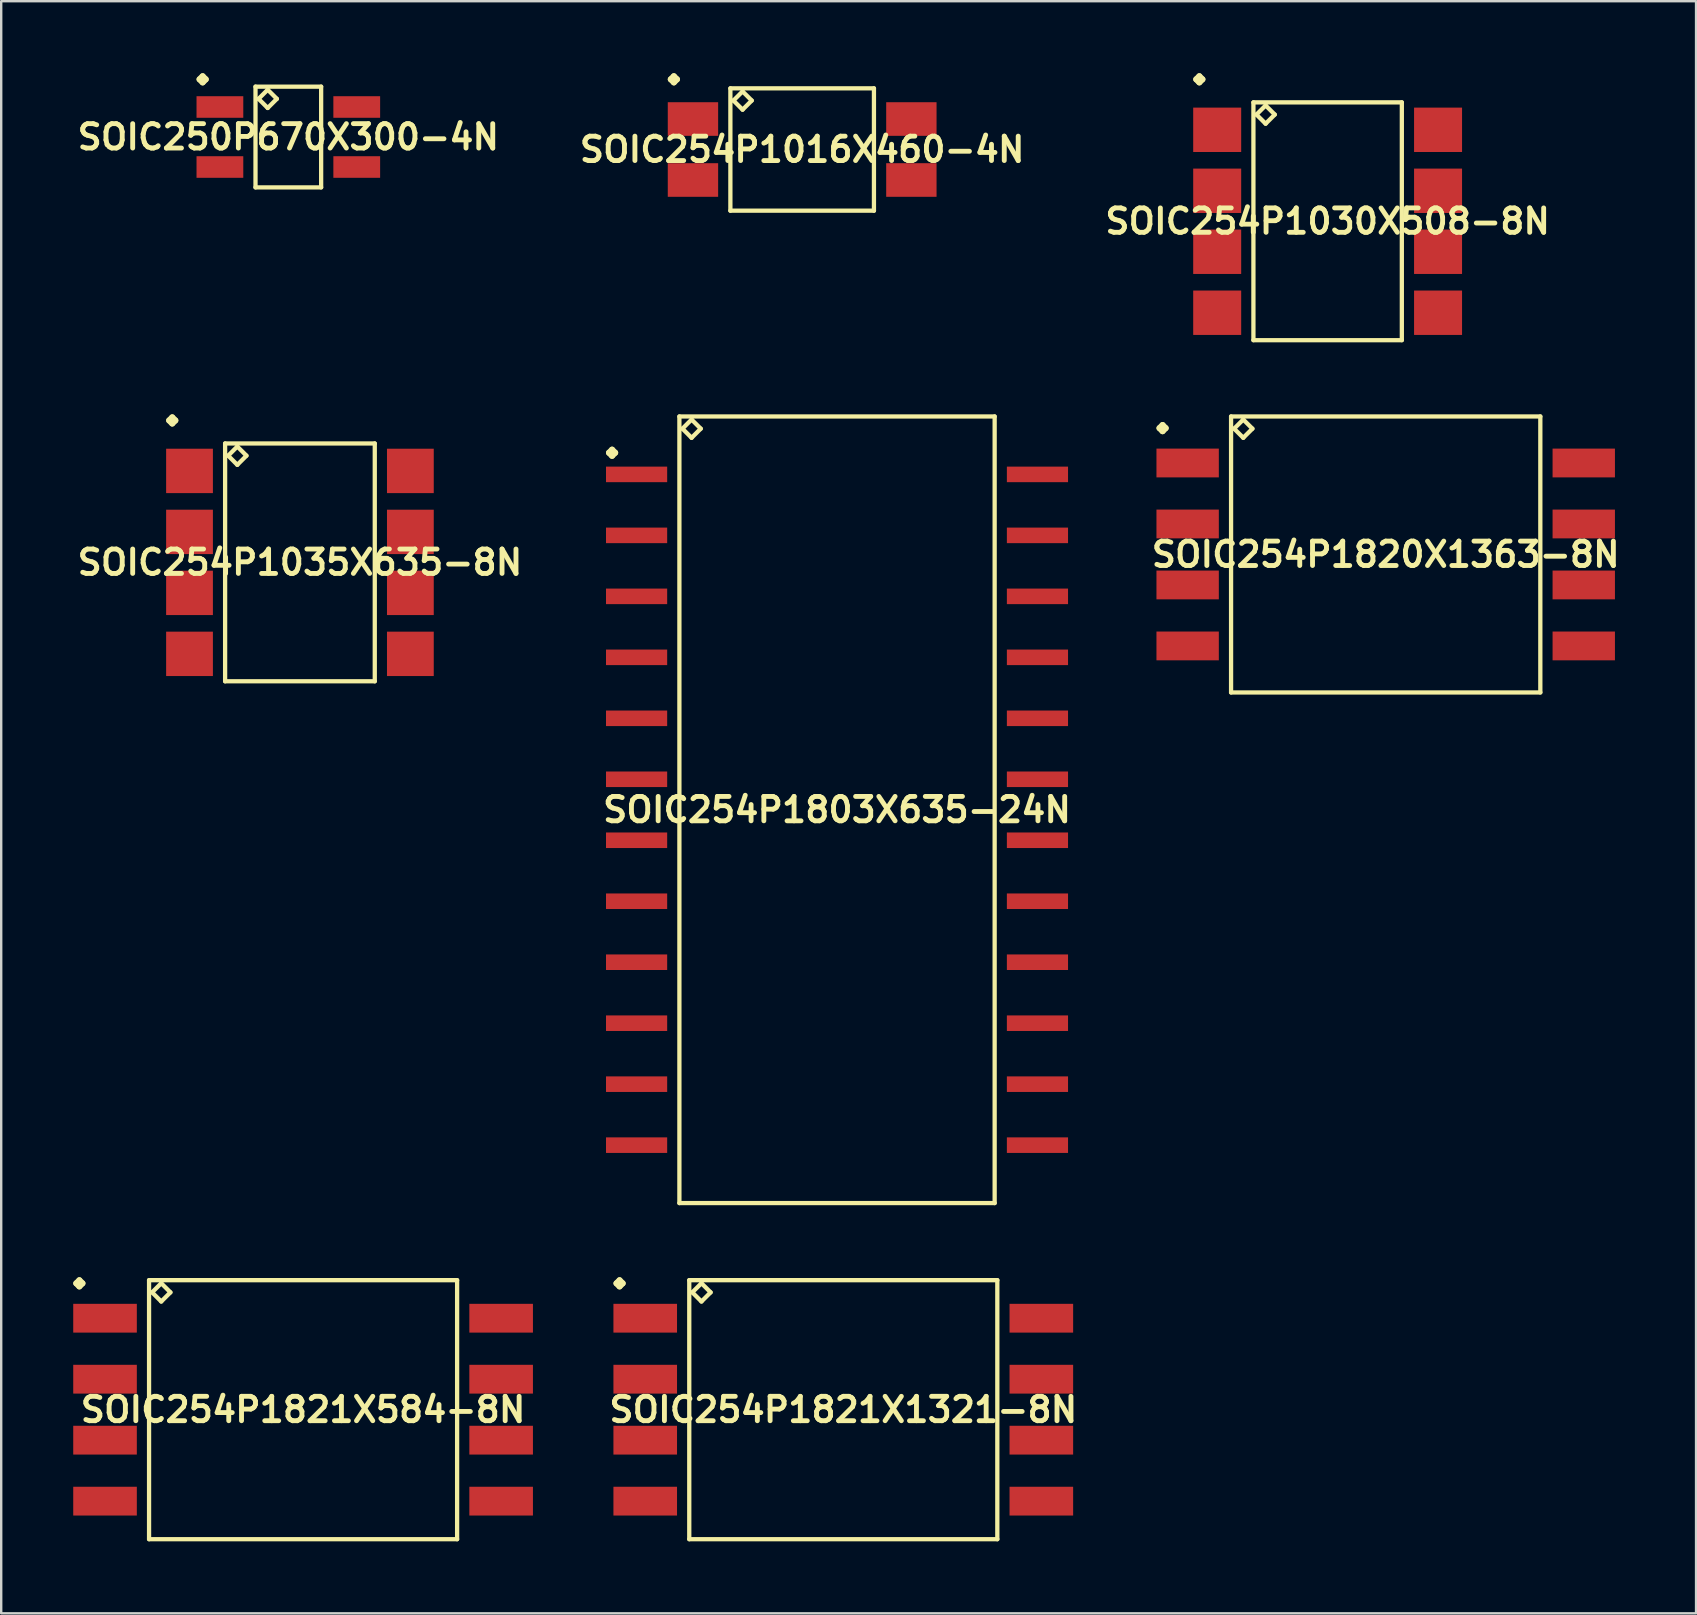
<source format=kicad_pcb>
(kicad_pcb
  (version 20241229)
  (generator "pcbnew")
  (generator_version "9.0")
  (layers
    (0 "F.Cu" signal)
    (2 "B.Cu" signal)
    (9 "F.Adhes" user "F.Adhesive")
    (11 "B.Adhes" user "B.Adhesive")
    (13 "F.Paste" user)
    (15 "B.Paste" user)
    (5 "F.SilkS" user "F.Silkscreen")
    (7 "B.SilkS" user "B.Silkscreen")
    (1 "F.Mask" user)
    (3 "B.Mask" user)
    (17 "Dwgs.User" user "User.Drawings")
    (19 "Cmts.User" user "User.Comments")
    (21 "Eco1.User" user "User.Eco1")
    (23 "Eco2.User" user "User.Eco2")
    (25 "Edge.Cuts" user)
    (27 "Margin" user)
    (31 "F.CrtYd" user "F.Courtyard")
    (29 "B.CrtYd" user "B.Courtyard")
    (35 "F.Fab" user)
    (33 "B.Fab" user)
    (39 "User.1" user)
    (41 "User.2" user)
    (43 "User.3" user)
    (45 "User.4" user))
  (footprint "SOIC254P1030X508-8N"
    (layer "F.Cu")
    (at 52.252 6.167)
    (property "Reference" "SOIC254P1030X508-8N" (at 0 0 0) (layer "F.SilkS") (effects (font (size 1.016 1.016) (thickness 0.203))))
    (attr smd)
    (fp_line (start -5.471 -5.913) (end -5.344 -6.04) (stroke (width 0.254) (type solid)) (layer "F.SilkS"))
    (fp_line (start -5.344 -6.04) (end -5.217 -5.913) (stroke (width 0.254) (type solid)) (layer "F.SilkS"))
    (fp_line (start -5.344 -5.786) (end -5.471 -5.913) (stroke (width 0.254) (type solid)) (layer "F.SilkS"))
    (fp_line (start -5.217 -5.913) (end -5.344 -5.786) (stroke (width 0.254) (type solid)) (layer "F.SilkS"))
    (fp_line (start -3.091 -4.953) (end -3.091 4.953) (stroke (width 0.178) (type solid)) (layer "F.SilkS"))
    (fp_line (start -3.091 4.953) (end 3.091 4.953) (stroke (width 0.178) (type solid)) (layer "F.SilkS"))
    (fp_line (start -2.964 -4.445) (end -2.583 -4.826) (stroke (width 0.178) (type solid)) (layer "F.SilkS"))
    (fp_line (start -2.583 -4.826) (end -2.202 -4.445) (stroke (width 0.178) (type solid)) (layer "F.SilkS"))
    (fp_line (start -2.583 -4.064) (end -2.964 -4.445) (stroke (width 0.178) (type solid)) (layer "F.SilkS"))
    (fp_line (start -2.202 -4.445) (end -2.583 -4.064) (stroke (width 0.178) (type solid)) (layer "F.SilkS"))
    (fp_line (start 3.091 -4.953) (end -3.091 -4.953) (stroke (width 0.178) (type solid)) (layer "F.SilkS"))
    (fp_line (start 3.091 4.953) (end 3.091 -4.953) (stroke (width 0.178) (type solid)) (layer "F.SilkS"))
    (pad "1" smd rect (at -4.6 -3.81) (size 1.999 1.849) (layers "F.Cu" "F.Mask" "F.Paste"))
    (pad "2" smd rect (at -4.6 -1.27) (size 1.999 1.849) (layers "F.Cu" "F.Mask" "F.Paste"))
    (pad "3" smd rect (at -4.6 1.27) (size 1.999 1.849) (layers "F.Cu" "F.Mask" "F.Paste"))
    (pad "4" smd rect (at -4.6 3.81) (size 1.999 1.849) (layers "F.Cu" "F.Mask" "F.Paste"))
    (pad "5" smd rect (at 4.6 3.81) (size 1.999 1.849) (layers "F.Cu" "F.Mask" "F.Paste"))
    (pad "6" smd rect (at 4.6 1.27) (size 1.999 1.849) (layers "F.Cu" "F.Mask" "F.Paste"))
    (pad "7" smd rect (at 4.6 -1.27) (size 1.999 1.849) (layers "F.Cu" "F.Mask" "F.Paste"))
    (pad "8" smd rect (at 4.6 -3.81) (size 1.999 1.849) (layers "F.Cu" "F.Mask" "F.Paste")))
  (footprint "SOIC254P1821X1321-8N"
    (layer "F.Cu")
    (at 32.077 55.67)
    (property "Reference" "SOIC254P1821X1321-8N" (at 0 0 0) (layer "F.SilkS") (effects (font (size 1.016 1.016) (thickness 0.203))))
    (attr smd)
    (fp_line (start -9.446 -5.263) (end -9.319 -5.39) (stroke (width 0.254) (type solid)) (layer "F.SilkS"))
    (fp_line (start -9.319 -5.39) (end -9.192 -5.263) (stroke (width 0.254) (type solid)) (layer "F.SilkS"))
    (fp_line (start -9.319 -5.136) (end -9.446 -5.263) (stroke (width 0.254) (type solid)) (layer "F.SilkS"))
    (fp_line (start -9.192 -5.263) (end -9.319 -5.136) (stroke (width 0.254) (type solid)) (layer "F.SilkS"))
    (fp_line (start -6.416 -5.395) (end -6.416 5.395) (stroke (width 0.178) (type solid)) (layer "F.SilkS"))
    (fp_line (start -6.416 5.395) (end 6.416 5.395) (stroke (width 0.178) (type solid)) (layer "F.SilkS"))
    (fp_line (start -6.289 -4.887) (end -5.908 -5.268) (stroke (width 0.178) (type solid)) (layer "F.SilkS"))
    (fp_line (start -5.908 -5.268) (end -5.527 -4.887) (stroke (width 0.178) (type solid)) (layer "F.SilkS"))
    (fp_line (start -5.908 -4.506) (end -6.289 -4.887) (stroke (width 0.178) (type solid)) (layer "F.SilkS"))
    (fp_line (start -5.527 -4.887) (end -5.908 -4.506) (stroke (width 0.178) (type solid)) (layer "F.SilkS"))
    (fp_line (start 6.416 -5.395) (end -6.416 -5.395) (stroke (width 0.178) (type solid)) (layer "F.SilkS"))
    (fp_line (start 6.416 5.395) (end 6.416 -5.395) (stroke (width 0.178) (type solid)) (layer "F.SilkS"))
    (pad "1" smd rect (at -8.25 -3.81) (size 2.649 1.199) (layers "F.Cu" "F.Mask" "F.Paste"))
    (pad "2" smd rect (at -8.25 -1.27) (size 2.649 1.199) (layers "F.Cu" "F.Mask" "F.Paste"))
    (pad "3" smd rect (at -8.25 1.27) (size 2.649 1.199) (layers "F.Cu" "F.Mask" "F.Paste"))
    (pad "4" smd rect (at -8.25 3.81) (size 2.649 1.199) (layers "F.Cu" "F.Mask" "F.Paste"))
    (pad "5" smd rect (at 8.25 3.81) (size 2.649 1.199) (layers "F.Cu" "F.Mask" "F.Paste"))
    (pad "6" smd rect (at 8.25 1.27) (size 2.649 1.199) (layers "F.Cu" "F.Mask" "F.Paste"))
    (pad "7" smd rect (at 8.25 -1.27) (size 2.649 1.199) (layers "F.Cu" "F.Mask" "F.Paste"))
    (pad "8" smd rect (at 8.25 -3.81) (size 2.649 1.199) (layers "F.Cu" "F.Mask" "F.Paste")))
  (footprint "SOIC254P1035X635-8N"
    (layer "F.Cu")
    (at 9.444 20.376)
    (property "Reference" "SOIC254P1035X635-8N" (at 0 0 0) (layer "F.SilkS") (effects (font (size 1.016 1.016) (thickness 0.203))))
    (attr smd)
    (fp_line (start -5.446 -5.913) (end -5.319 -6.04) (stroke (width 0.254) (type solid)) (layer "F.SilkS"))
    (fp_line (start -5.319 -6.04) (end -5.192 -5.913) (stroke (width 0.254) (type solid)) (layer "F.SilkS"))
    (fp_line (start -5.319 -5.786) (end -5.446 -5.913) (stroke (width 0.254) (type solid)) (layer "F.SilkS"))
    (fp_line (start -5.192 -5.913) (end -5.319 -5.786) (stroke (width 0.254) (type solid)) (layer "F.SilkS"))
    (fp_line (start -3.117 -4.953) (end -3.117 4.953) (stroke (width 0.178) (type solid)) (layer "F.SilkS"))
    (fp_line (start -3.117 4.953) (end 3.117 4.953) (stroke (width 0.178) (type solid)) (layer "F.SilkS"))
    (fp_line (start -2.99 -4.445) (end -2.609 -4.826) (stroke (width 0.178) (type solid)) (layer "F.SilkS"))
    (fp_line (start -2.609 -4.826) (end -2.228 -4.445) (stroke (width 0.178) (type solid)) (layer "F.SilkS"))
    (fp_line (start -2.609 -4.064) (end -2.99 -4.445) (stroke (width 0.178) (type solid)) (layer "F.SilkS"))
    (fp_line (start -2.228 -4.445) (end -2.609 -4.064) (stroke (width 0.178) (type solid)) (layer "F.SilkS"))
    (fp_line (start 3.117 -4.953) (end -3.117 -4.953) (stroke (width 0.178) (type solid)) (layer "F.SilkS"))
    (fp_line (start 3.117 4.953) (end 3.117 -4.953) (stroke (width 0.178) (type solid)) (layer "F.SilkS"))
    (pad "1" smd rect (at -4.6 -3.81) (size 1.948 1.849) (layers "F.Cu" "F.Mask" "F.Paste"))
    (pad "2" smd rect (at -4.6 -1.27) (size 1.948 1.849) (layers "F.Cu" "F.Mask" "F.Paste"))
    (pad "3" smd rect (at -4.6 1.27) (size 1.948 1.849) (layers "F.Cu" "F.Mask" "F.Paste"))
    (pad "4" smd rect (at -4.6 3.81) (size 1.948 1.849) (layers "F.Cu" "F.Mask" "F.Paste"))
    (pad "5" smd rect (at 4.6 3.81) (size 1.948 1.849) (layers "F.Cu" "F.Mask" "F.Paste"))
    (pad "6" smd rect (at 4.6 1.27) (size 1.948 1.849) (layers "F.Cu" "F.Mask" "F.Paste"))
    (pad "7" smd rect (at 4.6 -1.27) (size 1.948 1.849) (layers "F.Cu" "F.Mask" "F.Paste"))
    (pad "8" smd rect (at 4.6 -3.81) (size 1.948 1.849) (layers "F.Cu" "F.Mask" "F.Paste")))
  (footprint "SOIC254P1821X584-8N"
    (layer "F.Cu")
    (at 9.575 55.67)
    (property "Reference" "SOIC254P1821X584-8N" (at 0 0 0) (layer "F.SilkS") (effects (font (size 1.016 1.016) (thickness 0.203))))
    (attr smd)
    (fp_line (start -9.446 -5.263) (end -9.319 -5.39) (stroke (width 0.254) (type solid)) (layer "F.SilkS"))
    (fp_line (start -9.319 -5.39) (end -9.192 -5.263) (stroke (width 0.254) (type solid)) (layer "F.SilkS"))
    (fp_line (start -9.319 -5.136) (end -9.446 -5.263) (stroke (width 0.254) (type solid)) (layer "F.SilkS"))
    (fp_line (start -9.192 -5.263) (end -9.319 -5.136) (stroke (width 0.254) (type solid)) (layer "F.SilkS"))
    (fp_line (start -6.416 -5.395) (end -6.416 5.395) (stroke (width 0.178) (type solid)) (layer "F.SilkS"))
    (fp_line (start -6.416 5.395) (end 6.416 5.395) (stroke (width 0.178) (type solid)) (layer "F.SilkS"))
    (fp_line (start -6.289 -4.887) (end -5.908 -5.268) (stroke (width 0.178) (type solid)) (layer "F.SilkS"))
    (fp_line (start -5.908 -5.268) (end -5.527 -4.887) (stroke (width 0.178) (type solid)) (layer "F.SilkS"))
    (fp_line (start -5.908 -4.506) (end -6.289 -4.887) (stroke (width 0.178) (type solid)) (layer "F.SilkS"))
    (fp_line (start -5.527 -4.887) (end -5.908 -4.506) (stroke (width 0.178) (type solid)) (layer "F.SilkS"))
    (fp_line (start 6.416 -5.395) (end -6.416 -5.395) (stroke (width 0.178) (type solid)) (layer "F.SilkS"))
    (fp_line (start 6.416 5.395) (end 6.416 -5.395) (stroke (width 0.178) (type solid)) (layer "F.SilkS"))
    (pad "1" smd rect (at -8.25 -3.81) (size 2.649 1.199) (layers "F.Cu" "F.Mask" "F.Paste"))
    (pad "2" smd rect (at -8.25 -1.27) (size 2.649 1.199) (layers "F.Cu" "F.Mask" "F.Paste"))
    (pad "3" smd rect (at -8.25 1.27) (size 2.649 1.199) (layers "F.Cu" "F.Mask" "F.Paste"))
    (pad "4" smd rect (at -8.25 3.81) (size 2.649 1.199) (layers "F.Cu" "F.Mask" "F.Paste"))
    (pad "5" smd rect (at 8.25 3.81) (size 2.649 1.199) (layers "F.Cu" "F.Mask" "F.Paste"))
    (pad "6" smd rect (at 8.25 1.27) (size 2.649 1.199) (layers "F.Cu" "F.Mask" "F.Paste"))
    (pad "7" smd rect (at 8.25 -1.27) (size 2.649 1.199) (layers "F.Cu" "F.Mask" "F.Paste"))
    (pad "8" smd rect (at 8.25 -3.81) (size 2.649 1.199) (layers "F.Cu" "F.Mask" "F.Paste")))
  (footprint "SOIC254P1016X460-4N"
    (layer "F.Cu")
    (at 30.364 3.178)
    (property "Reference" "SOIC254P1016X460-4N" (at 0 0 0) (layer "F.SilkS") (effects (font (size 1.016 1.016) (thickness 0.203))))
    (attr smd)
    (fp_line (start -5.471 -2.924) (end -5.344 -3.051) (stroke (width 0.254) (type solid)) (layer "F.SilkS"))
    (fp_line (start -5.344 -3.051) (end -5.217 -2.924) (stroke (width 0.254) (type solid)) (layer "F.SilkS"))
    (fp_line (start -5.344 -2.797) (end -5.471 -2.924) (stroke (width 0.254) (type solid)) (layer "F.SilkS"))
    (fp_line (start -5.217 -2.924) (end -5.344 -2.797) (stroke (width 0.254) (type solid)) (layer "F.SilkS"))
    (fp_line (start -2.99 -2.548) (end -2.99 2.548) (stroke (width 0.178) (type solid)) (layer "F.SilkS"))
    (fp_line (start -2.99 2.548) (end 2.99 2.548) (stroke (width 0.178) (type solid)) (layer "F.SilkS"))
    (fp_line (start -2.863 -2.04) (end -2.482 -2.421) (stroke (width 0.178) (type solid)) (layer "F.SilkS"))
    (fp_line (start -2.482 -2.421) (end -2.101 -2.04) (stroke (width 0.178) (type solid)) (layer "F.SilkS"))
    (fp_line (start -2.482 -1.659) (end -2.863 -2.04) (stroke (width 0.178) (type solid)) (layer "F.SilkS"))
    (fp_line (start -2.101 -2.04) (end -2.482 -1.659) (stroke (width 0.178) (type solid)) (layer "F.SilkS"))
    (fp_line (start 2.99 -2.548) (end -2.99 -2.548) (stroke (width 0.178) (type solid)) (layer "F.SilkS"))
    (fp_line (start 2.99 2.548) (end 2.99 -2.548) (stroke (width 0.178) (type solid)) (layer "F.SilkS"))
    (pad "1" smd rect (at -4.549 -1.27) (size 2.098 1.4) (layers "F.Cu" "F.Mask" "F.Paste"))
    (pad "2" smd rect (at -4.549 1.27) (size 2.098 1.4) (layers "F.Cu" "F.Mask" "F.Paste"))
    (pad "3" smd rect (at 4.549 1.27) (size 2.098 1.4) (layers "F.Cu" "F.Mask" "F.Paste"))
    (pad "4" smd rect (at 4.549 -1.27) (size 2.098 1.4) (layers "F.Cu" "F.Mask" "F.Paste")))
  (footprint "SOIC254P1803X635-24N"
    (layer "F.Cu")
    (at 31.816 30.681)
    (property "Reference" "SOIC254P1803X635-24N" (at 0 0 0) (layer "F.SilkS") (effects (font (size 1.016 1.016) (thickness 0.203))))
    (attr smd)
    (fp_line (start -9.497 -14.872) (end -9.37 -14.999) (stroke (width 0.254) (type solid)) (layer "F.SilkS"))
    (fp_line (start -9.37 -14.999) (end -9.243 -14.872) (stroke (width 0.254) (type solid)) (layer "F.SilkS"))
    (fp_line (start -9.37 -14.745) (end -9.497 -14.872) (stroke (width 0.254) (type solid)) (layer "F.SilkS"))
    (fp_line (start -9.243 -14.872) (end -9.37 -14.745) (stroke (width 0.254) (type solid)) (layer "F.SilkS"))
    (fp_line (start -6.566 -16.383) (end -6.566 16.383) (stroke (width 0.178) (type solid)) (layer "F.SilkS"))
    (fp_line (start -6.566 16.383) (end 6.566 16.383) (stroke (width 0.178) (type solid)) (layer "F.SilkS"))
    (fp_line (start -6.439 -15.875) (end -6.058 -16.256) (stroke (width 0.178) (type solid)) (layer "F.SilkS"))
    (fp_line (start -6.058 -16.256) (end -5.677 -15.875) (stroke (width 0.178) (type solid)) (layer "F.SilkS"))
    (fp_line (start -6.058 -15.494) (end -6.439 -15.875) (stroke (width 0.178) (type solid)) (layer "F.SilkS"))
    (fp_line (start -5.677 -15.875) (end -6.058 -15.494) (stroke (width 0.178) (type solid)) (layer "F.SilkS"))
    (fp_line (start 6.566 -16.383) (end -6.566 -16.383) (stroke (width 0.178) (type solid)) (layer "F.SilkS"))
    (fp_line (start 6.566 16.383) (end 6.566 -16.383) (stroke (width 0.178) (type solid)) (layer "F.SilkS"))
    (pad "1" smd rect (at -8.349 -13.97) (size 2.548 0.648) (layers "F.Cu" "F.Mask" "F.Paste"))
    (pad "2" smd rect (at -8.349 -11.43) (size 2.548 0.648) (layers "F.Cu" "F.Mask" "F.Paste"))
    (pad "3" smd rect (at -8.349 -8.89) (size 2.548 0.648) (layers "F.Cu" "F.Mask" "F.Paste"))
    (pad "4" smd rect (at -8.349 -6.35) (size 2.548 0.648) (layers "F.Cu" "F.Mask" "F.Paste"))
    (pad "5" smd rect (at -8.349 -3.81) (size 2.548 0.648) (layers "F.Cu" "F.Mask" "F.Paste"))
    (pad "6" smd rect (at -8.349 -1.27) (size 2.548 0.648) (layers "F.Cu" "F.Mask" "F.Paste"))
    (pad "7" smd rect (at -8.349 1.27) (size 2.548 0.648) (layers "F.Cu" "F.Mask" "F.Paste"))
    (pad "8" smd rect (at -8.349 3.81) (size 2.548 0.648) (layers "F.Cu" "F.Mask" "F.Paste"))
    (pad "9" smd rect (at -8.349 6.35) (size 2.548 0.648) (layers "F.Cu" "F.Mask" "F.Paste"))
    (pad "10" smd rect (at -8.349 8.89) (size 2.548 0.648) (layers "F.Cu" "F.Mask" "F.Paste"))
    (pad "11" smd rect (at -8.349 11.43) (size 2.548 0.648) (layers "F.Cu" "F.Mask" "F.Paste"))
    (pad "12" smd rect (at -8.349 13.97) (size 2.548 0.648) (layers "F.Cu" "F.Mask" "F.Paste"))
    (pad "13" smd rect (at 8.349 13.97) (size 2.548 0.648) (layers "F.Cu" "F.Mask" "F.Paste"))
    (pad "14" smd rect (at 8.349 11.43) (size 2.548 0.648) (layers "F.Cu" "F.Mask" "F.Paste"))
    (pad "15" smd rect (at 8.349 8.89) (size 2.548 0.648) (layers "F.Cu" "F.Mask" "F.Paste"))
    (pad "16" smd rect (at 8.349 6.35) (size 2.548 0.648) (layers "F.Cu" "F.Mask" "F.Paste"))
    (pad "17" smd rect (at 8.349 3.81) (size 2.548 0.648) (layers "F.Cu" "F.Mask" "F.Paste"))
    (pad "18" smd rect (at 8.349 1.27) (size 2.548 0.648) (layers "F.Cu" "F.Mask" "F.Paste"))
    (pad "19" smd rect (at 8.349 -1.27) (size 2.548 0.648) (layers "F.Cu" "F.Mask" "F.Paste"))
    (pad "20" smd rect (at 8.349 -3.81) (size 2.548 0.648) (layers "F.Cu" "F.Mask" "F.Paste"))
    (pad "21" smd rect (at 8.349 -6.35) (size 2.548 0.648) (layers "F.Cu" "F.Mask" "F.Paste"))
    (pad "22" smd rect (at 8.349 -8.89) (size 2.548 0.648) (layers "F.Cu" "F.Mask" "F.Paste"))
    (pad "23" smd rect (at 8.349 -11.43) (size 2.548 0.648) (layers "F.Cu" "F.Mask" "F.Paste"))
    (pad "24" smd rect (at 8.349 -13.97) (size 2.548 0.648) (layers "F.Cu" "F.Mask" "F.Paste")))
  (footprint "SOIC250P670X300-4N"
    (layer "F.Cu")
    (at 8.96 2.657)
    (property "Reference" "SOIC250P670X300-4N" (at 0 0 0) (layer "F.SilkS") (effects (font (size 1.016 1.016) (thickness 0.203))))
    (attr smd)
    (fp_line (start -3.696 -2.403) (end -3.569 -2.53) (stroke (width 0.254) (type solid)) (layer "F.SilkS"))
    (fp_line (start -3.569 -2.53) (end -3.442 -2.403) (stroke (width 0.254) (type solid)) (layer "F.SilkS"))
    (fp_line (start -3.569 -2.276) (end -3.696 -2.403) (stroke (width 0.254) (type solid)) (layer "F.SilkS"))
    (fp_line (start -3.442 -2.403) (end -3.569 -2.276) (stroke (width 0.254) (type solid)) (layer "F.SilkS"))
    (fp_line (start -1.367 -2.098) (end -1.367 2.098) (stroke (width 0.178) (type solid)) (layer "F.SilkS"))
    (fp_line (start -1.367 2.098) (end 1.367 2.098) (stroke (width 0.178) (type solid)) (layer "F.SilkS"))
    (fp_line (start -1.24 -1.59) (end -0.859 -1.971) (stroke (width 0.178) (type solid)) (layer "F.SilkS"))
    (fp_line (start -0.859 -1.971) (end -0.478 -1.59) (stroke (width 0.178) (type solid)) (layer "F.SilkS"))
    (fp_line (start -0.859 -1.209) (end -1.24 -1.59) (stroke (width 0.178) (type solid)) (layer "F.SilkS"))
    (fp_line (start -0.478 -1.59) (end -0.859 -1.209) (stroke (width 0.178) (type solid)) (layer "F.SilkS"))
    (fp_line (start 1.367 -2.098) (end -1.367 -2.098) (stroke (width 0.178) (type solid)) (layer "F.SilkS"))
    (fp_line (start 1.367 2.098) (end 1.367 -2.098) (stroke (width 0.178) (type solid)) (layer "F.SilkS"))
    (pad "1" smd rect (at -2.85 -1.25) (size 1.948 0.899) (layers "F.Cu" "F.Mask" "F.Paste"))
    (pad "2" smd rect (at -2.85 1.25) (size 1.948 0.899) (layers "F.Cu" "F.Mask" "F.Paste"))
    (pad "3" smd rect (at 2.85 1.25) (size 1.948 0.899) (layers "F.Cu" "F.Mask" "F.Paste"))
    (pad "4" smd rect (at 2.85 -1.25) (size 1.948 0.899) (layers "F.Cu" "F.Mask" "F.Paste")))
  (footprint "SOIC254P1820X1363-8N"
    (layer "F.Cu")
    (at 54.671 20.046)
    (property "Reference" "SOIC254P1820X1363-8N" (at 0 0 0) (layer "F.SilkS") (effects (font (size 1.016 1.016) (thickness 0.203))))
    (attr smd)
    (fp_line (start -9.421 -5.263) (end -9.294 -5.39) (stroke (width 0.254) (type solid)) (layer "F.SilkS"))
    (fp_line (start -9.294 -5.39) (end -9.167 -5.263) (stroke (width 0.254) (type solid)) (layer "F.SilkS"))
    (fp_line (start -9.294 -5.136) (end -9.421 -5.263) (stroke (width 0.254) (type solid)) (layer "F.SilkS"))
    (fp_line (start -9.167 -5.263) (end -9.294 -5.136) (stroke (width 0.254) (type solid)) (layer "F.SilkS"))
    (fp_line (start -6.441 -5.748) (end -6.441 5.748) (stroke (width 0.178) (type solid)) (layer "F.SilkS"))
    (fp_line (start -6.441 5.748) (end 6.441 5.748) (stroke (width 0.178) (type solid)) (layer "F.SilkS"))
    (fp_line (start -6.314 -5.24) (end -5.933 -5.621) (stroke (width 0.178) (type solid)) (layer "F.SilkS"))
    (fp_line (start -5.933 -5.621) (end -5.552 -5.24) (stroke (width 0.178) (type solid)) (layer "F.SilkS"))
    (fp_line (start -5.933 -4.859) (end -6.314 -5.24) (stroke (width 0.178) (type solid)) (layer "F.SilkS"))
    (fp_line (start -5.552 -5.24) (end -5.933 -4.859) (stroke (width 0.178) (type solid)) (layer "F.SilkS"))
    (fp_line (start 6.441 -5.748) (end -6.441 -5.748) (stroke (width 0.178) (type solid)) (layer "F.SilkS"))
    (fp_line (start 6.441 5.748) (end 6.441 -5.748) (stroke (width 0.178) (type solid)) (layer "F.SilkS"))
    (pad "1" smd rect (at -8.25 -3.81) (size 2.598 1.199) (layers "F.Cu" "F.Mask" "F.Paste"))
    (pad "2" smd rect (at -8.25 -1.27) (size 2.598 1.199) (layers "F.Cu" "F.Mask" "F.Paste"))
    (pad "3" smd rect (at -8.25 1.27) (size 2.598 1.199) (layers "F.Cu" "F.Mask" "F.Paste"))
    (pad "4" smd rect (at -8.25 3.81) (size 2.598 1.199) (layers "F.Cu" "F.Mask" "F.Paste"))
    (pad "5" smd rect (at 8.25 3.81) (size 2.598 1.199) (layers "F.Cu" "F.Mask" "F.Paste"))
    (pad "6" smd rect (at 8.25 1.27) (size 2.598 1.199) (layers "F.Cu" "F.Mask" "F.Paste"))
    (pad "7" smd rect (at 8.25 -1.27) (size 2.598 1.199) (layers "F.Cu" "F.Mask" "F.Paste"))
    (pad "8" smd rect (at 8.25 -3.81) (size 2.598 1.199) (layers "F.Cu" "F.Mask" "F.Paste")))
  (gr_rect
    (start -3 -3)
    (end 67.599 64.154)
    (stroke (width 0.1) (type default))
    (fill no)
    (layer "Edge.Cuts")))
</source>
